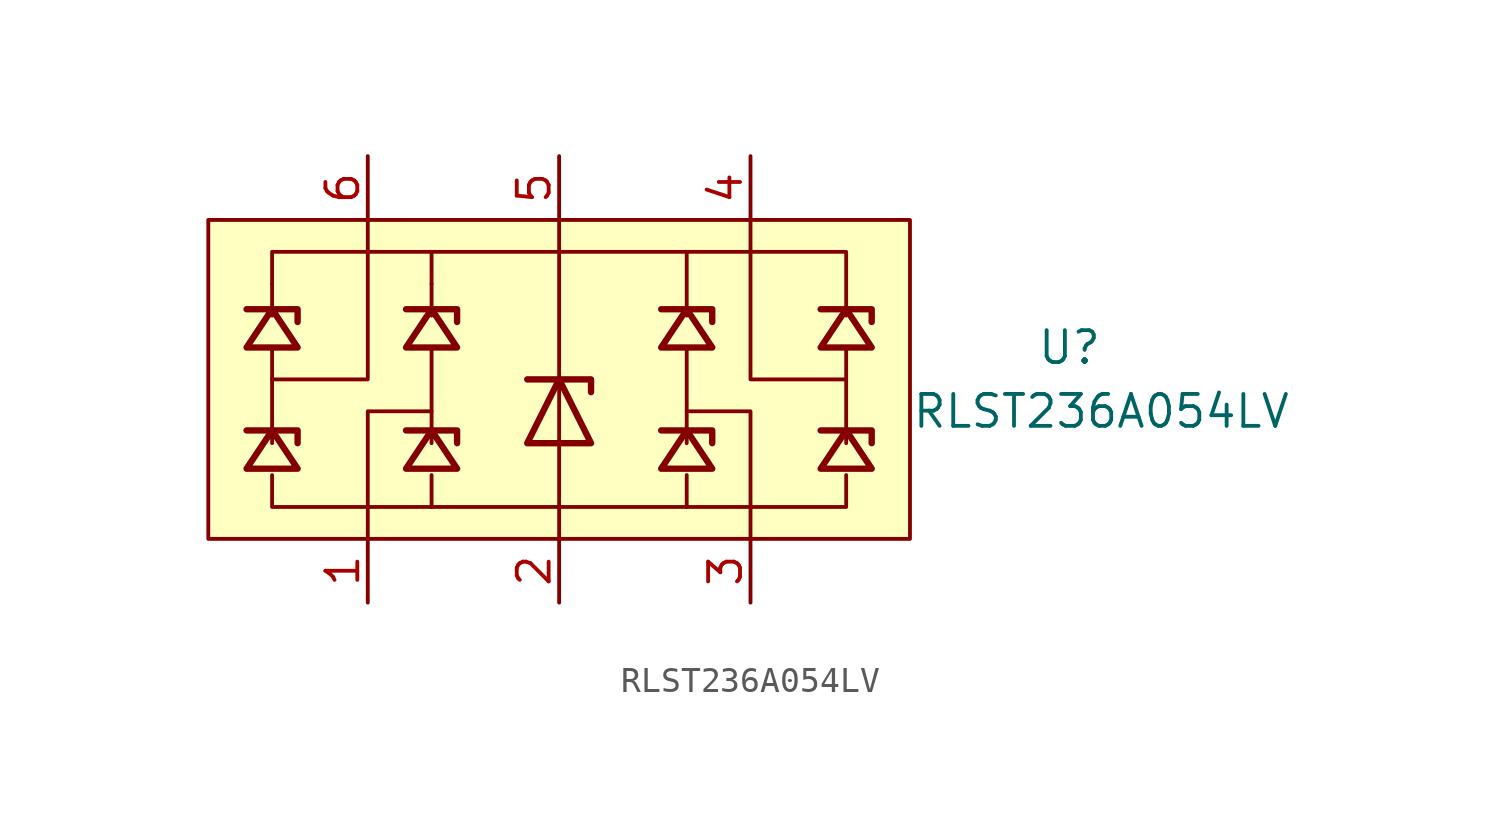
<source format=kicad_sym>
(kicad_symbol_lib
  (version 20211014)
  (generator kicad_symbol_editor)
  (symbol "RLST236A054LV"
    (property "Reference" "U"
      (at 20.32 6.35 0)
      (effects (font (size 1.27 1.27))))
    (property "Value" "RLST236A054LV"
      (at 21.59 3.81 0)
      (effects (font (size 1.27 1.27))))
    (symbol "RLST236A054LV_0_1"
      (rectangle (start -13.97 -1.27) (end 13.97 11.43) (stroke (width 0) (type default) (color 0 0 0 0)) (fill (type background)))
      (polyline (pts (xy -11.43 7.874)) (stroke (width 0) (type default) (color 0 0 0 0)) (fill (type none)))
      (polyline (pts (xy -5.08 7.874)) (stroke (width 0) (type default) (color 0 0 0 0)) (fill (type none)))
      (polyline (pts (xy 5.08 7.874)) (stroke (width 0) (type default) (color 0 0 0 0)) (fill (type none)))
      (polyline (pts (xy 10.16 7.874)) (stroke (width 0) (type default) (color 0 0 0 0)) (fill (type none)))
      (polyline (pts (xy -11.43 6.35) (xy -11.43 2.54)) (stroke (width 0) (type default) (color 0 0 0 0)) (fill (type none)))
      (polyline (pts (xy -11.43 8.89) (xy -11.43 7.62)) (stroke (width 0) (type default) (color 0 0 0 0)) (fill (type none)))
      (polyline (pts (xy -7.62 0) (xy -7.62 -1.27)) (stroke (width 0) (type default) (color 0 0 0 0)) (fill (type none)))
      (polyline (pts (xy -7.62 11.43) (xy -7.62 10.16)) (stroke (width 0) (type default) (color 0 0 0 0)) (fill (type none)))
      (polyline (pts (xy -5.08 1.27) (xy -5.08 0)) (stroke (width 0) (type default) (color 0 0 0 0)) (fill (type none)))
      (polyline (pts (xy -5.08 2.54) (xy -5.08 6.35)) (stroke (width 0) (type default) (color 0 0 0 0)) (fill (type none)))
      (polyline (pts (xy -5.08 7.62) (xy -5.08 8.89)) (stroke (width 0) (type default) (color 0 0 0 0)) (fill (type none)))
      (polyline (pts (xy -5.08 8.89) (xy -5.08 10.16)) (stroke (width 0) (type default) (color 0 0 0 0)) (fill (type none)))
      (polyline (pts (xy 0 0) (xy 0 -1.27)) (stroke (width 0) (type default) (color 0 0 0 0)) (fill (type none)))
      (polyline (pts (xy 0 0) (xy 0 2.54)) (stroke (width 0) (type default) (color 0 0 0 0)) (fill (type none)))
      (polyline (pts (xy 0 2.54) (xy 0 5.08)) (stroke (width 0) (type default) (color 0 0 0 0)) (fill (type none)))
      (polyline (pts (xy 0 5.08) (xy 0 10.16)) (stroke (width 0) (type default) (color 0 0 0 0)) (fill (type none)))
      (polyline (pts (xy 0 11.43) (xy 0 10.16)) (stroke (width 0) (type default) (color 0 0 0 0)) (fill (type none)))
      (polyline (pts (xy 5.08 1.27) (xy 5.08 0)) (stroke (width 0) (type default) (color 0 0 0 0)) (fill (type none)))
      (polyline (pts (xy 5.08 2.54) (xy 5.08 6.35)) (stroke (width 0) (type default) (color 0 0 0 0)) (fill (type none)))
      (polyline (pts (xy 5.08 7.62) (xy 5.08 10.16)) (stroke (width 0) (type default) (color 0 0 0 0)) (fill (type none)))
      (polyline (pts (xy 7.62 0) (xy 7.62 -1.27)) (stroke (width 0) (type default) (color 0 0 0 0)) (fill (type none)))
      (polyline (pts (xy 7.62 11.43) (xy 7.62 10.16)) (stroke (width 0) (type default) (color 0 0 0 0)) (fill (type none)))
      (polyline (pts (xy 11.43 2.54) (xy 11.43 6.35)) (stroke (width 0) (type default) (color 0 0 0 0)) (fill (type none)))
      (polyline (pts (xy -11.43 5.08) (xy -7.62 5.08) (xy -7.62 10.16)) (stroke (width 0) (type default) (color 0 0 0 0)) (fill (type none)))
      (polyline (pts (xy -10.414 2.54) (xy -10.414 3.048) (xy -12.446 3.048)) (stroke (width 0.254) (type default) (color 0 0 0 0)) (fill (type none)))
      (polyline (pts (xy -10.414 7.366) (xy -10.414 7.874) (xy -12.446 7.874)) (stroke (width 0.254) (type default) (color 0 0 0 0)) (fill (type none)))
      (polyline (pts (xy -7.62 0) (xy -7.62 3.81) (xy -5.08 3.81)) (stroke (width 0) (type default) (color 0 0 0 0)) (fill (type none)))
      (polyline (pts (xy -4.064 2.54) (xy -4.064 3.048) (xy -6.096 3.048)) (stroke (width 0.254) (type default) (color 0 0 0 0)) (fill (type none)))
      (polyline (pts (xy -4.064 7.366) (xy -4.064 7.874) (xy -6.096 7.874)) (stroke (width 0.254) (type default) (color 0 0 0 0)) (fill (type none)))
      (polyline (pts (xy -1.27 5.08) (xy 1.27 5.08) (xy 1.27 4.572)) (stroke (width 0.254) (type default) (color 0 0 0 0)) (fill (type none)))
      (polyline (pts (xy 5.08 3.81) (xy 7.62 3.81) (xy 7.62 0)) (stroke (width 0) (type default) (color 0 0 0 0)) (fill (type none)))
      (polyline (pts (xy 6.096 2.54) (xy 6.096 3.048) (xy 4.064 3.048)) (stroke (width 0.254) (type default) (color 0 0 0 0)) (fill (type none)))
      (polyline (pts (xy 6.096 7.366) (xy 6.096 7.874) (xy 4.064 7.874)) (stroke (width 0.254) (type default) (color 0 0 0 0)) (fill (type none)))
      (polyline (pts (xy 11.43 5.08) (xy 7.62 5.08) (xy 7.62 10.16)) (stroke (width 0) (type default) (color 0 0 0 0)) (fill (type none)))
      (polyline (pts (xy 12.446 2.54) (xy 12.446 3.048) (xy 10.414 3.048)) (stroke (width 0.254) (type default) (color 0 0 0 0)) (fill (type none)))
      (polyline (pts (xy 12.446 7.366) (xy 12.446 7.874) (xy 10.414 7.874)) (stroke (width 0.254) (type default) (color 0 0 0 0)) (fill (type none)))
      (polyline (pts (xy -11.43 1.27) (xy -11.43 0) (xy 11.43 0) (xy 11.43 1.27)) (stroke (width 0) (type default) (color 0 0 0 0)) (fill (type none)))
      (polyline (pts (xy -11.43 8.89) (xy -11.43 10.16) (xy 11.43 10.16) (xy 11.43 7.62)) (stroke (width 0) (type default) (color 0 0 0 0)) (fill (type none)))
      (polyline (pts (xy -10.414 1.524) (xy -11.43 3.048) (xy -12.446 1.524) (xy -10.414 1.524)) (stroke (width 0.254) (type default) (color 0 0 0 0)) (fill (type none)))
      (polyline (pts (xy -10.414 6.35) (xy -11.43 7.874) (xy -12.446 6.35) (xy -10.414 6.35)) (stroke (width 0.254) (type default) (color 0 0 0 0)) (fill (type none)))
      (polyline (pts (xy -4.064 1.524) (xy -5.08 3.048) (xy -6.096 1.524) (xy -4.064 1.524)) (stroke (width 0.254) (type default) (color 0 0 0 0)) (fill (type none)))
      (polyline (pts (xy -4.064 6.35) (xy -5.08 7.874) (xy -6.096 6.35) (xy -4.064 6.35)) (stroke (width 0.254) (type default) (color 0 0 0 0)) (fill (type none)))
      (polyline (pts (xy -1.27 2.54) (xy 1.27 2.54) (xy 0 5.08) (xy -1.27 2.54)) (stroke (width 0.254) (type default) (color 0 0 0 0)) (fill (type none)))
      (polyline (pts (xy 6.096 1.524) (xy 5.08 3.048) (xy 4.064 1.524) (xy 6.096 1.524)) (stroke (width 0.254) (type default) (color 0 0 0 0)) (fill (type none)))
      (polyline (pts (xy 6.096 6.35) (xy 5.08 7.874) (xy 4.064 6.35) (xy 6.096 6.35)) (stroke (width 0.254) (type default) (color 0 0 0 0)) (fill (type none)))
      (polyline (pts (xy 12.446 1.524) (xy 11.43 3.048) (xy 10.414 1.524) (xy 12.446 1.524)) (stroke (width 0.254) (type default) (color 0 0 0 0)) (fill (type none)))
      (polyline (pts (xy 12.446 6.35) (xy 11.43 7.874) (xy 10.414 6.35) (xy 12.446 6.35)) (stroke (width 0.254) (type default) (color 0 0 0 0)) (fill (type none))))
    (symbol "RLST236A054LV_1_1"
      (pin passive line (at -7.62 -3.81 90) (length 2.54) (name "" (effects (font (size 1.27 1.27)))) (number "1" (effects (font (size 1.27 1.27)))))
      (pin passive line (at 0 -3.81 90) (length 2.54) (name "" (effects (font (size 1.27 1.27)))) (number "2" (effects (font (size 1.27 1.27)))))
      (pin passive line (at 7.62 -3.81 90) (length 2.54) (name "" (effects (font (size 1.27 1.27)))) (number "3" (effects (font (size 1.27 1.27)))))
      (pin passive line (at 7.62 13.97 270) (length 2.54) (name "" (effects (font (size 1.27 1.27)))) (number "4" (effects (font (size 1.27 1.27)))))
      (pin passive line (at 0 13.97 270) (length 2.54) (name "" (effects (font (size 1.27 1.27)))) (number "5" (effects (font (size 1.27 1.27)))))
      (pin passive line (at -7.62 13.97 270) (length 2.54) (name "" (effects (font (size 1.27 1.27)))) (number "6" (effects (font (size 1.27 1.27))))))))
</source>
